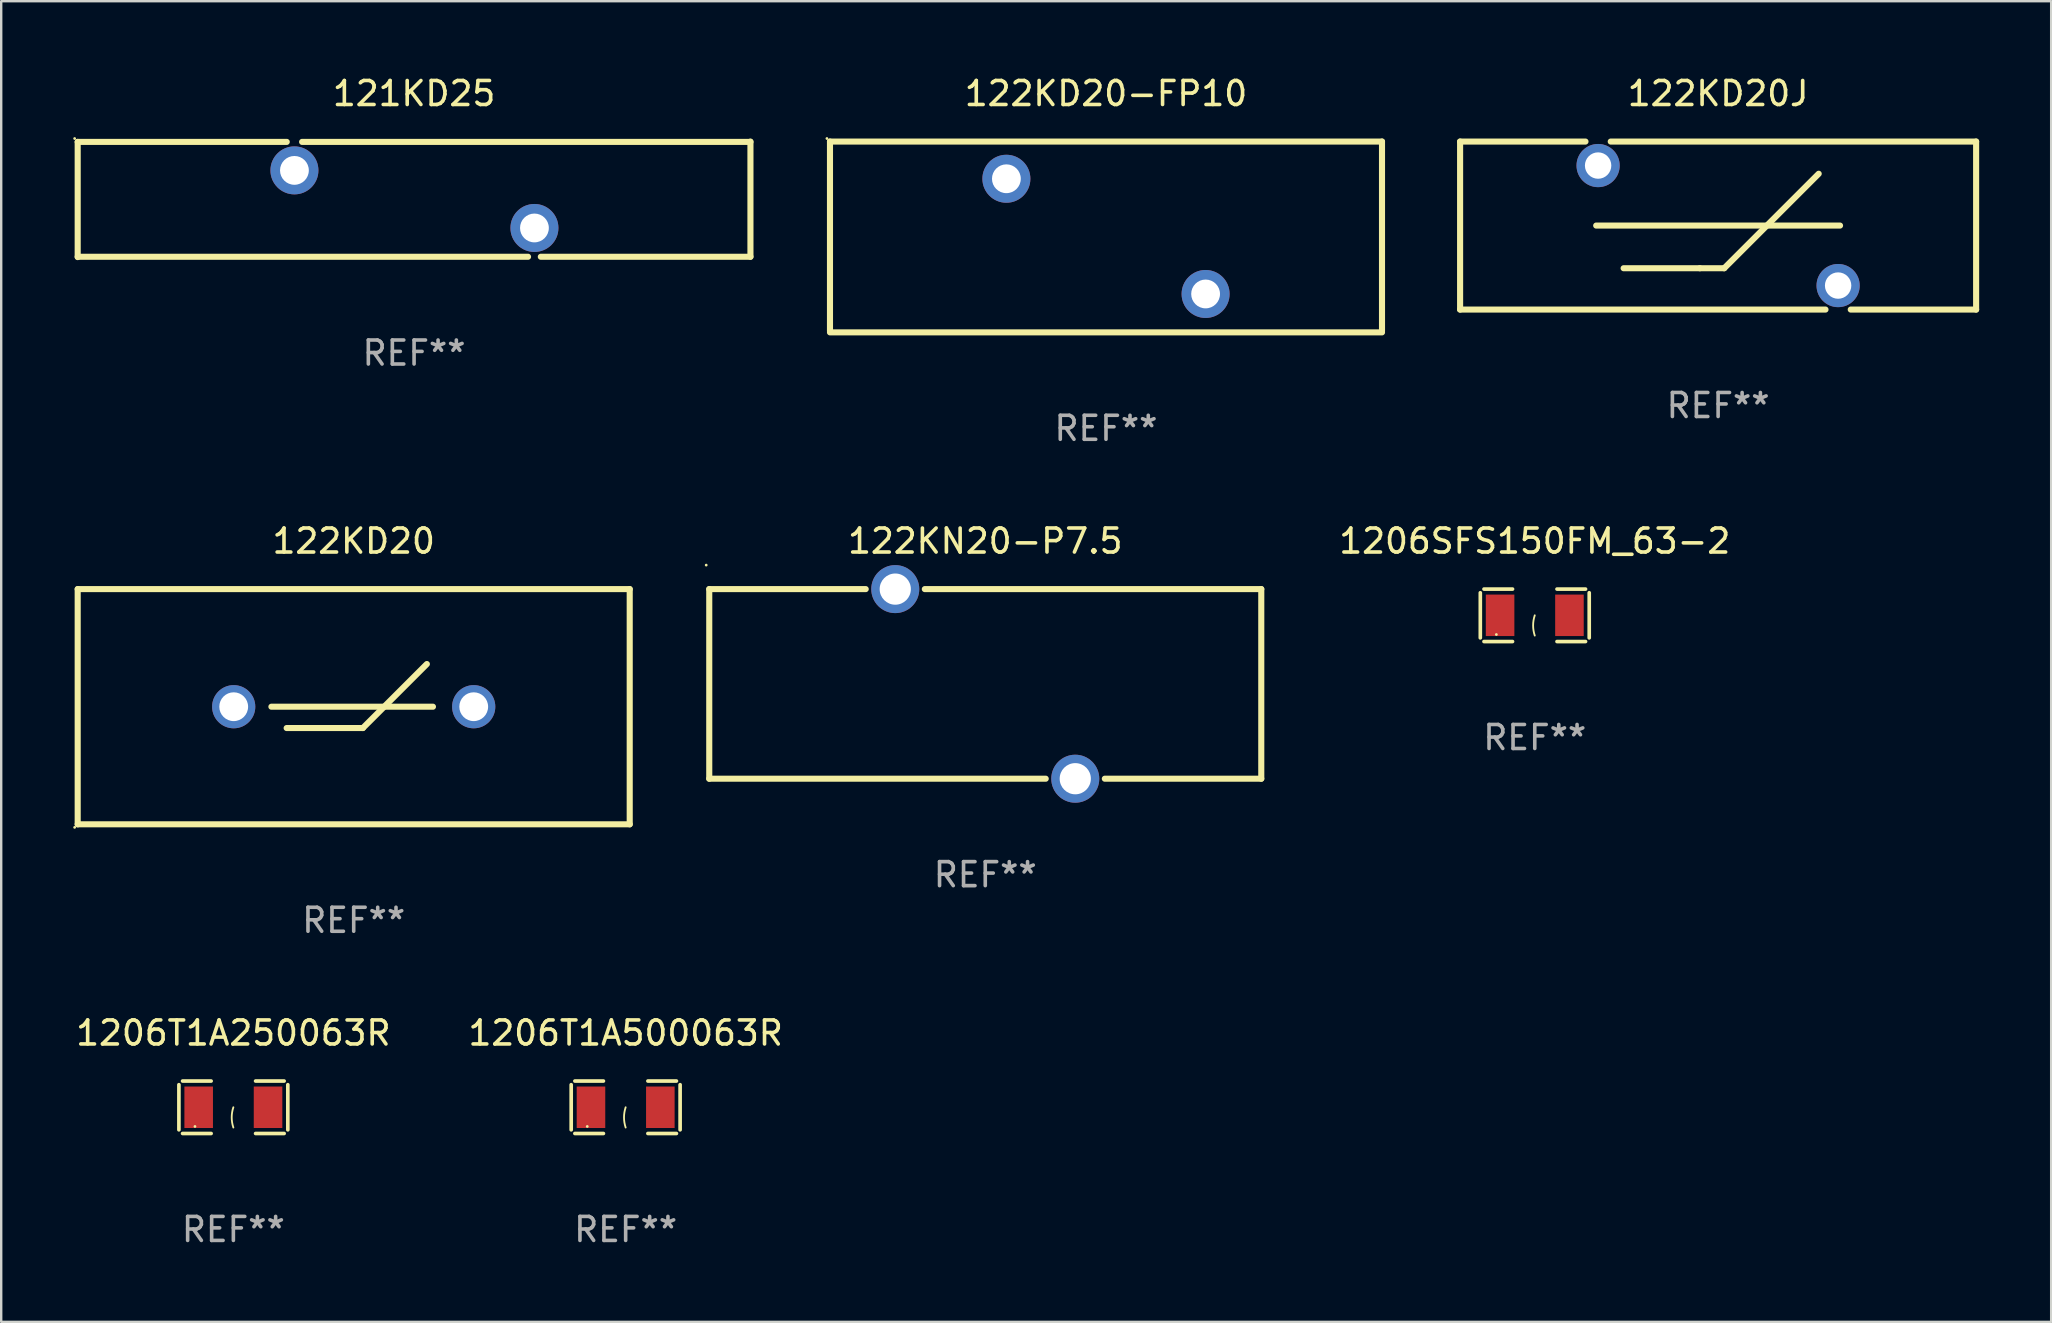
<source format=kicad_pcb>
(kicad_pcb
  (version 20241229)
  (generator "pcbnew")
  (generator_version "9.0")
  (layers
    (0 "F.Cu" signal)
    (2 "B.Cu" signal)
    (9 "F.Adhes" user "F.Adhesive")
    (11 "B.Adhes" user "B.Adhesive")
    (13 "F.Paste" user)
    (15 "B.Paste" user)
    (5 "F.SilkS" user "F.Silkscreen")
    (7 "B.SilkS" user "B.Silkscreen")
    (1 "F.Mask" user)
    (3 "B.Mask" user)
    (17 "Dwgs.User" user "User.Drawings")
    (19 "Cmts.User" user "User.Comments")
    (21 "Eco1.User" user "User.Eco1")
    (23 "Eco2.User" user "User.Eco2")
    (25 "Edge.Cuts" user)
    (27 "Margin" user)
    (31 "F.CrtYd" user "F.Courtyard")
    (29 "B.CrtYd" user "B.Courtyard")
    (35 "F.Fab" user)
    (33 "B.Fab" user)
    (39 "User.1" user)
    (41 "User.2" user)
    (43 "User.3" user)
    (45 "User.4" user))
  (footprint "1206SFS150FM_63-2"
    (layer "F.Cu")
    (at 60.896 22.587)
    (property "Reference" "1206SFS150FM_63-2" (at 0 -3.093 0) (layer "F.SilkS") (effects (font (size 1 1) (thickness 0.15))))
    (attr through_hole)
    (fp_line (start -2.269 -0.94) (end -2.269 0.94) (stroke (width 0.152) (type solid)) (layer "F.SilkS"))
    (fp_line (start -2.116 1.093) (end -0.926 1.093) (stroke (width 0.152) (type solid)) (layer "F.SilkS"))
    (fp_line (start -0.926 -1.093) (end -2.116 -1.093) (stroke (width 0.152) (type solid)) (layer "F.SilkS"))
    (fp_line (start 0.926 -1.093) (end 2.116 -1.093) (stroke (width 0.152) (type solid)) (layer "F.SilkS"))
    (fp_line (start 2.116 1.093) (end 0.926 1.093) (stroke (width 0.152) (type solid)) (layer "F.SilkS"))
    (fp_line (start 2.269 -0.94) (end 2.269 0.94) (stroke (width 0.152) (type solid)) (layer "F.SilkS"))
    (fp_arc (start 0 0.844951) (mid -0.068559 0.422475) (end 0 0) (stroke (width 0.0762) (type solid)) (layer "F.SilkS"))
    (fp_circle (center -1.6 0.8) (end -1.57 0.8) (stroke (width 0.06) (type solid)) (fill no) (layer "F.SilkS"))
    (fp_text user "REF**" (at 0 5.093 0) (layer "F.Fab") (effects (font (size 1 1) (thickness 0.15))))
    (pad "1" smd rect (at -1.445 0) (size 1.19 1.728) (layers "F.Cu" "F.Mask" "F.Paste"))
    (pad "2" smd rect (at 1.445 0) (size 1.19 1.728) (layers "F.Cu" "F.Mask" "F.Paste")))
  (footprint "122KD20J"
    (layer "F.Cu")
    (at 68.535 6.348)
    (property "Reference" "122KD20J" (at 0 -5.5 0) (layer "F.SilkS") (effects (font (size 1 1) (thickness 0.15))))
    (attr through_hole)
    (fp_line (start -10.75 -3.5) (end -10.75 3.5) (stroke (width 0.254) (type solid)) (layer "F.SilkS"))
    (fp_line (start -10.75 -3.5) (end -5.526 -3.5) (stroke (width 0.254) (type solid)) (layer "F.SilkS"))
    (fp_line (start -10.75 3.5) (end 4.474 3.5) (stroke (width 0.254) (type solid)) (layer "F.SilkS"))
    (fp_line (start -5.08 -0.000013) (end 5.08 -0.000013) (stroke (width 0.254) (type solid)) (layer "F.SilkS"))
    (fp_line (start -4.474 -3.5) (end 10.75 -3.5) (stroke (width 0.254) (type solid)) (layer "F.SilkS"))
    (fp_line (start -3.937 1.778) (end -0.762 1.778) (stroke (width 0.254) (type solid)) (layer "F.SilkS"))
    (fp_line (start -0.762 1.778) (end 0.254 1.778) (stroke (width 0.254) (type solid)) (layer "F.SilkS"))
    (fp_line (start 0.254 1.778) (end 4.191 -2.159) (stroke (width 0.254) (type solid)) (layer "F.SilkS"))
    (fp_line (start 5.526 3.5) (end 10.75 3.5) (stroke (width 0.254) (type solid)) (layer "F.SilkS"))
    (fp_line (start 10.75 -3.5) (end 10.75 3.5) (stroke (width 0.254) (type solid)) (layer "F.SilkS"))
    (fp_circle (center -10.75 -3.5) (end -10.72 -3.5) (stroke (width 0.06) (type solid)) (fill no) (layer "F.SilkS"))
    (fp_text user "REF**" (at 0 7.5 0) (layer "F.Fab") (effects (font (size 1 1) (thickness 0.15))))
    (pad "1" thru_hole circle (at -5 -2.5) (size 1.8 1.8) (drill 1.1) (layers "*.Cu" "*.Mask"))
    (pad "2" thru_hole circle (at 5 2.5) (size 1.8 1.8) (drill 1.1) (layers "*.Cu" "*.Mask")))
  (footprint "122KD20"
    (layer "F.Cu")
    (at 11.687 26.395)
    (property "Reference" "122KD20" (at 0 -6.9 0) (layer "F.SilkS") (effects (font (size 1 1) (thickness 0.15))))
    (attr through_hole)
    (fp_line (start -11.5 -4.9) (end -11.5 4.9) (stroke (width 0.254) (type solid)) (layer "F.SilkS"))
    (fp_line (start -11.5 -4.9) (end 11.5 -4.9) (stroke (width 0.254) (type solid)) (layer "F.SilkS"))
    (fp_line (start -11.5 4.9) (end 11.5 4.9) (stroke (width 0.254) (type solid)) (layer "F.SilkS"))
    (fp_line (start -3.429 0) (end 3.302 0) (stroke (width 0.254) (type solid)) (layer "F.SilkS"))
    (fp_line (start -2.794 0.889) (end 0.381 0.889) (stroke (width 0.254) (type solid)) (layer "F.SilkS"))
    (fp_line (start 0.381 0.889) (end 3.048 -1.778) (stroke (width 0.254) (type solid)) (layer "F.SilkS"))
    (fp_line (start 11.5 -4.9) (end 11.5 4.9) (stroke (width 0.254) (type solid)) (layer "F.SilkS"))
    (fp_circle (center -11.627 5.027) (end -11.597 5.027) (stroke (width 0.06) (type solid)) (fill no) (layer "F.SilkS"))
    (fp_text user "REF**" (at 0 8.9 0) (layer "F.Fab") (effects (font (size 1 1) (thickness 0.15))))
    (pad "1" thru_hole circle (at -5 0) (size 1.8 1.8) (drill 1.2) (layers "*.Cu" "*.Mask"))
    (pad "2" thru_hole circle (at 5 0) (size 1.8 1.8) (drill 1.2) (layers "*.Cu" "*.Mask")))
  (footprint "122KD20-FP10"
    (layer "F.Cu")
    (at 43.031 6.823)
    (property "Reference" "122KD20-FP10" (at 0 -5.975 0) (layer "F.SilkS") (effects (font (size 1 1) (thickness 0.15))))
    (attr through_hole)
    (fp_line (start -11.5 -3.975) (end 11.5 -3.975) (stroke (width 0.254) (type solid)) (layer "F.SilkS"))
    (fp_line (start -11.5 3.925) (end -11.5 -3.974) (stroke (width 0.254) (type solid)) (layer "F.SilkS"))
    (fp_line (start 11.5 3.975) (end -11.5 3.975) (stroke (width 0.254) (type solid)) (layer "F.SilkS"))
    (fp_line (start 11.5 -3.975) (end 11.5 3.925) (stroke (width 0.254) (type solid)) (layer "F.SilkS"))
    (fp_circle (center -11.627 -4.102) (end -11.597 -4.102) (stroke (width 0.06) (type solid)) (fill no) (layer "F.SilkS"))
    (fp_text user "REF**" (at 0 7.975 0) (layer "F.Fab") (effects (font (size 1 1) (thickness 0.15))))
    (pad "1" thru_hole circle (at -4.15 -2.425) (size 2 2) (drill 1.2) (layers "*.Cu" "*.Mask"))
    (pad "2" thru_hole circle (at 4.15 2.375) (size 2 2) (drill 1.2) (layers "*.Cu" "*.Mask")))
  (footprint "121KD25"
    (layer "F.Cu")
    (at 14.202 5.255)
    (property "Reference" "121KD25" (at 0 -4.406 0) (layer "F.SilkS") (effects (font (size 1 1) (thickness 0.15))))
    (attr through_hole)
    (fp_line (start -14.015 -2.393) (end -5.305 -2.393) (stroke (width 0.254) (type solid)) (layer "F.SilkS"))
    (fp_line (start -14.015 2.406) (end -14.015 -2.393) (stroke (width 0.254) (type solid)) (layer "F.SilkS"))
    (fp_line (start -4.665 -2.393) (end 14.015 -2.393) (stroke (width 0.254) (type solid)) (layer "F.SilkS"))
    (fp_line (start 4.749 2.393) (end -14.015 2.393) (stroke (width 0.254) (type solid)) (layer "F.SilkS"))
    (fp_line (start 14.015 -2.406) (end 14.015 2.393) (stroke (width 0.254) (type solid)) (layer "F.SilkS"))
    (fp_line (start 14.015 2.393) (end 5.281 2.393) (stroke (width 0.254) (type solid)) (layer "F.SilkS"))
    (fp_circle (center -14.142 -2.533) (end -14.112 -2.533) (stroke (width 0.06) (type solid)) (fill no) (layer "F.SilkS"))
    (fp_text user "REF**" (at 0 6.406 0) (layer "F.Fab") (effects (font (size 1 1) (thickness 0.15))))
    (pad "1" thru_hole circle (at -4.985 -1.206) (size 2 2) (drill 1.2) (layers "*.Cu" "*.Mask"))
    (pad "2" thru_hole circle (at 5.015 1.193) (size 2 2) (drill 1.2) (layers "*.Cu" "*.Mask")))
  (footprint "1206T1A500063R"
    (layer "F.Cu")
    (at 23.018 43.084)
    (property "Reference" "1206T1A500063R" (at 0 -3.093 0) (layer "F.SilkS") (effects (font (size 1 1) (thickness 0.15))))
    (attr through_hole)
    (fp_line (start -2.269 -0.94) (end -2.269 0.94) (stroke (width 0.152) (type solid)) (layer "F.SilkS"))
    (fp_line (start -2.116 1.093) (end -0.926 1.093) (stroke (width 0.152) (type solid)) (layer "F.SilkS"))
    (fp_line (start -0.926 -1.093) (end -2.116 -1.093) (stroke (width 0.152) (type solid)) (layer "F.SilkS"))
    (fp_line (start 0.926 -1.093) (end 2.116 -1.093) (stroke (width 0.152) (type solid)) (layer "F.SilkS"))
    (fp_line (start 2.116 1.093) (end 0.926 1.093) (stroke (width 0.152) (type solid)) (layer "F.SilkS"))
    (fp_line (start 2.269 -0.94) (end 2.269 0.94) (stroke (width 0.152) (type solid)) (layer "F.SilkS"))
    (fp_arc (start 0 0.844951) (mid -0.068559 0.422475) (end 0 0) (stroke (width 0.0762) (type solid)) (layer "F.SilkS"))
    (fp_circle (center -1.6 0.8) (end -1.57 0.8) (stroke (width 0.06) (type solid)) (fill no) (layer "F.SilkS"))
    (fp_text user "REF**" (at 0 5.093 0) (layer "F.Fab") (effects (font (size 1 1) (thickness 0.15))))
    (pad "1" smd rect (at -1.445 0) (size 1.19 1.728) (layers "F.Cu" "F.Mask" "F.Paste"))
    (pad "2" smd rect (at 1.445 0) (size 1.19 1.728) (layers "F.Cu" "F.Mask" "F.Paste")))
  (footprint "122KN20-P7.5"
    (layer "F.Cu")
    (at 38.001 25.445)
    (property "Reference" "122KN20-P7.5" (at 0 -5.95 0) (layer "F.SilkS") (effects (font (size 1 1) (thickness 0.15))))
    (attr through_hole)
    (fp_line (start -11.5 -3.95) (end -4.981 -3.95) (stroke (width 0.254) (type solid)) (layer "F.SilkS"))
    (fp_line (start -11.5 3.95) (end -11.5 -3.95) (stroke (width 0.254) (type solid)) (layer "F.SilkS"))
    (fp_line (start -2.519 -3.95) (end 11.5 -3.95) (stroke (width 0.254) (type solid)) (layer "F.SilkS"))
    (fp_line (start 2.519 3.95) (end -11.5 3.95) (stroke (width 0.254) (type solid)) (layer "F.SilkS"))
    (fp_line (start 11.5 -3.95) (end 11.5 3.95) (stroke (width 0.254) (type solid)) (layer "F.SilkS"))
    (fp_line (start 11.5 3.95) (end 4.981 3.95) (stroke (width 0.254) (type solid)) (layer "F.SilkS"))
    (fp_circle (center -11.627 -4.95) (end -11.597 -4.95) (stroke (width 0.06) (type solid)) (fill no) (layer "F.SilkS"))
    (fp_text user "REF**" (at 0 7.95 0) (layer "F.Fab") (effects (font (size 1 1) (thickness 0.15))))
    (pad "1" thru_hole circle (at -3.75 -3.95) (size 2 2) (drill 1.3) (layers "*.Cu" "*.Mask"))
    (pad "2" thru_hole circle (at 3.75 3.95) (size 2 2) (drill 1.3) (layers "*.Cu" "*.Mask")))
  (footprint "1206T1A250063R"
    (layer "F.Cu")
    (at 6.673 43.084)
    (property "Reference" "1206T1A250063R" (at 0 -3.093 0) (layer "F.SilkS") (effects (font (size 1 1) (thickness 0.15))))
    (attr through_hole)
    (fp_line (start -2.269 -0.94) (end -2.269 0.94) (stroke (width 0.152) (type solid)) (layer "F.SilkS"))
    (fp_line (start -2.116 1.093) (end -0.926 1.093) (stroke (width 0.152) (type solid)) (layer "F.SilkS"))
    (fp_line (start -0.926 -1.093) (end -2.116 -1.093) (stroke (width 0.152) (type solid)) (layer "F.SilkS"))
    (fp_line (start 0.926 -1.093) (end 2.116 -1.093) (stroke (width 0.152) (type solid)) (layer "F.SilkS"))
    (fp_line (start 2.116 1.093) (end 0.926 1.093) (stroke (width 0.152) (type solid)) (layer "F.SilkS"))
    (fp_line (start 2.269 -0.94) (end 2.269 0.94) (stroke (width 0.152) (type solid)) (layer "F.SilkS"))
    (fp_arc (start 0 0.844951) (mid -0.068559 0.422475) (end 0 0) (stroke (width 0.0762) (type solid)) (layer "F.SilkS"))
    (fp_circle (center -1.6 0.8) (end -1.57 0.8) (stroke (width 0.06) (type solid)) (fill no) (layer "F.SilkS"))
    (fp_text user "REF**" (at 0 5.093 0) (layer "F.Fab") (effects (font (size 1 1) (thickness 0.15))))
    (pad "1" smd rect (at -1.445 0) (size 1.19 1.728) (layers "F.Cu" "F.Mask" "F.Paste"))
    (pad "2" smd rect (at 1.445 0) (size 1.19 1.728) (layers "F.Cu" "F.Mask" "F.Paste")))
  (gr_rect
    (start -3 -3)
    (end 82.412 52.025)
    (stroke (width 0.1) (type default))
    (fill no)
    (layer "Edge.Cuts")))
</source>
